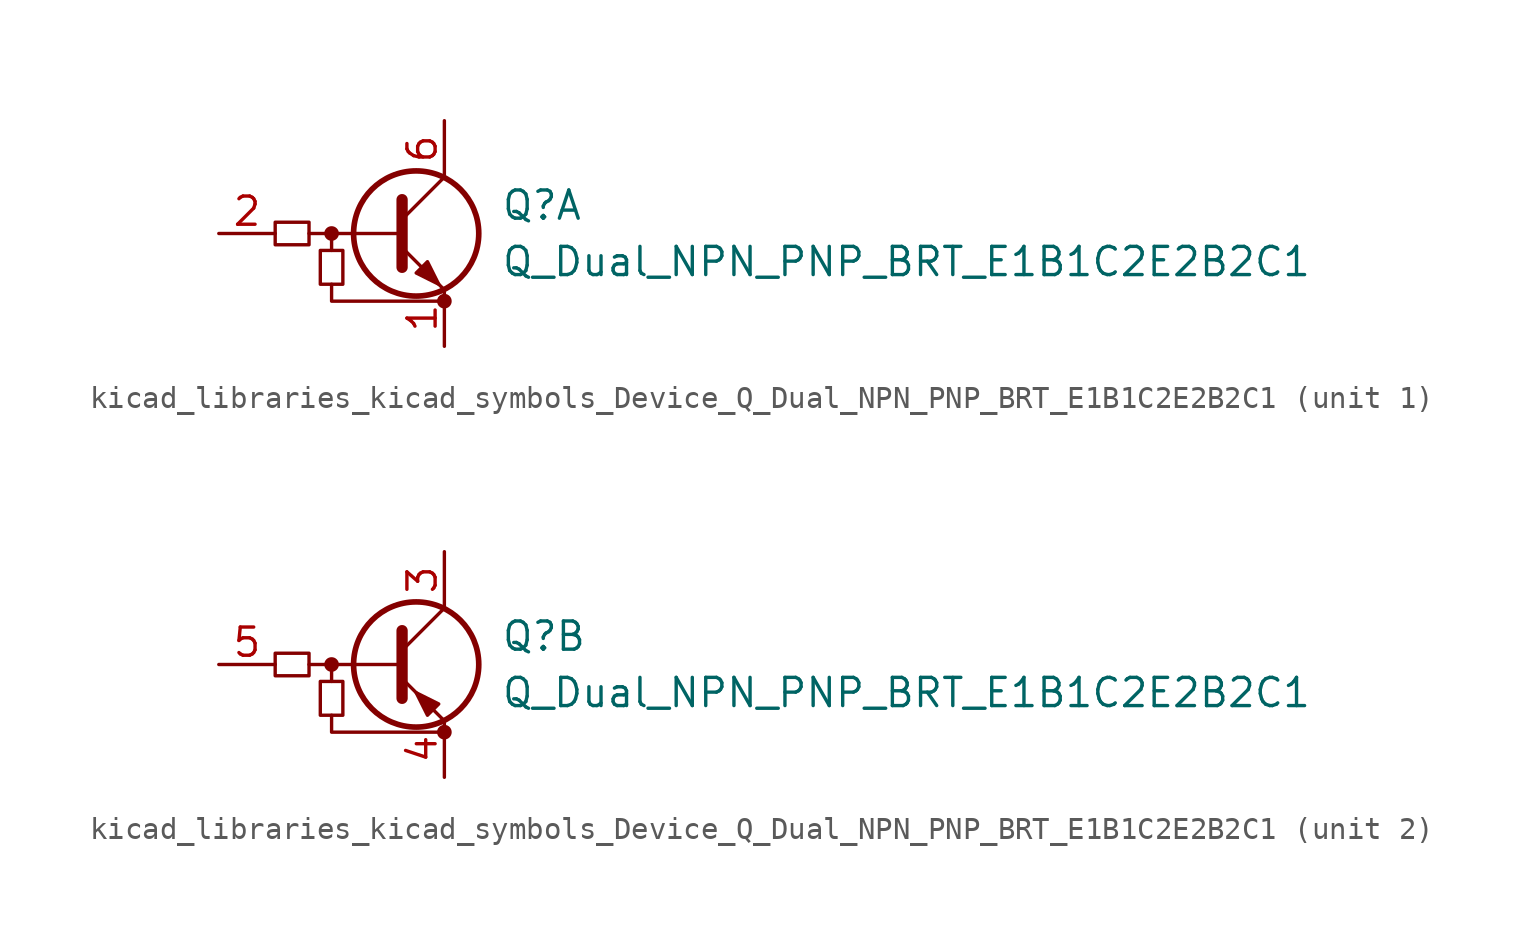
<source format=kicad_sym>
(kicad_symbol_lib
  (version 20220914)
  (generator kicad_symbol_editor)
  (symbol "kicad_libraries_kicad_symbols_Device_Q_Dual_NPN_PNP_BRT_E1B1C2E2B2C1"
    (pin_names hide)
    (property "Reference" "Q"
      (at 3.81 1.27 0)
      (effects (font (size 1.27 1.27)) (justify left)))
    (property "Value" "Q_Dual_NPN_PNP_BRT_E1B1C2E2B2C1"
      (at 3.81 -1.27 0)
      (effects (font (size 1.27 1.27)) (justify left)))
    (symbol "kicad_libraries_kicad_symbols_Device_Q_Dual_NPN_PNP_BRT_E1B1C2E2B2C1_0_1"
      (rectangle (start -6.35 0.508) (end -4.826 -0.508) (stroke (width 0) (type default)) (fill (type none)))
      (rectangle (start -4.318 -2.286) (end -3.302 -0.762) (stroke (width 0) (type default)) (fill (type none)))
      (circle (center -3.81 0) (radius 0.254) (stroke (width 0) (type default)) (fill (type outline)))
      (polyline (pts (xy -3.81 -0.762) (xy -3.81 0)) (stroke (width 0) (type default)) (fill (type none)))
      (polyline (pts (xy -0.762 0) (xy -4.826 0)) (stroke (width 0) (type default)) (fill (type none)))
      (polyline (pts (xy -0.635 1.524) (xy -0.635 -1.524)) (stroke (width 0.508) (type default)) (fill (type none)))
      (polyline (pts (xy -3.81 -2.286) (xy -3.81 -3.048) (xy 1.27 -3.048)) (stroke (width 0) (type default)) (fill (type none)))
      (circle (center 1.27 -3.048) (radius 0.254) (stroke (width 0) (type default)) (fill (type outline))))
    (symbol "kicad_libraries_kicad_symbols_Device_Q_Dual_NPN_PNP_BRT_E1B1C2E2B2C1_1_1"
      (polyline (pts (xy -0.635 0.635) (xy 1.27 2.54)) (stroke (width 0) (type default)) (fill (type none)))
      (polyline (pts (xy -0.635 -0.635) (xy 1.27 -2.54) (xy 1.27 -2.54)) (stroke (width 0) (type default)) (fill (type none)))
      (polyline (pts (xy 0 -1.778) (xy 0.508 -1.27) (xy 1.016 -2.286) (xy 0 -1.778) (xy 0 -1.778)) (stroke (width 0) (type default)) (fill (type outline)))
      (circle (center 0 0) (radius 2.819) (stroke (width 0.254) (type default)) (fill (type none)))
      (pin passive line (at 1.27 -5.08 90) (length 2.54) (name "E1" (effects (font (size 1.27 1.27)))) (number "1" (effects (font (size 1.27 1.27)))))
      (pin input line (at -8.89 0 0) (length 2.54) (name "B1" (effects (font (size 1.27 1.27)))) (number "2" (effects (font (size 1.27 1.27)))))
      (pin passive line (at 1.27 5.08 270) (length 2.54) (name "C1" (effects (font (size 1.27 1.27)))) (number "6" (effects (font (size 1.27 1.27))))))
    (symbol "kicad_libraries_kicad_symbols_Device_Q_Dual_NPN_PNP_BRT_E1B1C2E2B2C1_2_1"
      (polyline (pts (xy -0.635 0.635) (xy 1.27 2.54)) (stroke (width 0) (type default)) (fill (type none)))
      (polyline (pts (xy -0.635 -0.635) (xy 1.27 -2.54) (xy 1.27 -2.54)) (stroke (width 0) (type default)) (fill (type none)))
      (polyline (pts (xy 1.016 -1.778) (xy 0.508 -2.286) (xy 0 -1.27) (xy 1.016 -1.778) (xy 1.016 -1.778)) (stroke (width 0) (type default)) (fill (type outline)))
      (circle (center 0 0) (radius 2.819) (stroke (width 0.254) (type default)) (fill (type none)))
      (pin passive line (at 1.27 5.08 270) (length 2.54) (name "C1" (effects (font (size 1.27 1.27)))) (number "3" (effects (font (size 1.27 1.27)))))
      (pin passive line (at 1.27 -5.08 90) (length 2.54) (name "E1" (effects (font (size 1.27 1.27)))) (number "4" (effects (font (size 1.27 1.27)))))
      (pin input line (at -8.89 0 0) (length 2.54) (name "B1" (effects (font (size 1.27 1.27)))) (number "5" (effects (font (size 1.27 1.27))))))))
</source>
